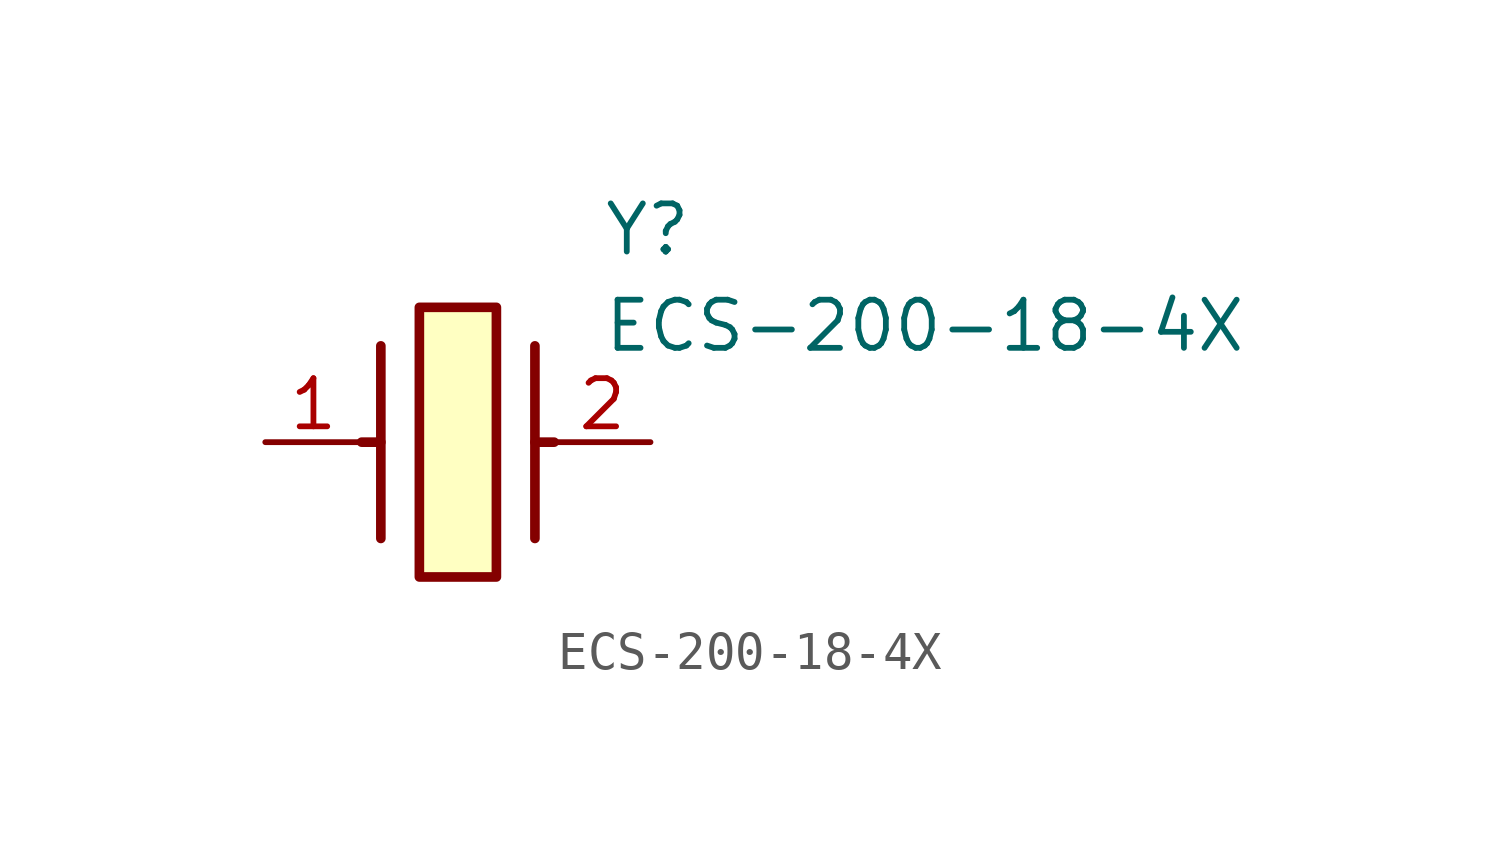
<source format=kicad_sym>
(kicad_symbol_lib
  (version 20211014)
  (generator SamacSys_ECAD_Model)
  (symbol "ECS-200-18-4X"
    (pin_names hide)
    (property "Reference" "Y"
      (at 8.89 6.35 0)
      (effects (font (size 1.27 1.27)) (justify left top)))
    (property "Value" "ECS-200-18-4X"
      (at 8.89 3.81 0)
      (effects (font (size 1.27 1.27)) (justify left top)))
    (rectangle
      (start 4.064 3.556)
      (end 6.096 -3.556)
      (stroke (width 0.254) (type default))
      (fill (type background)))
    (polyline
      (pts (xy 3.048 2.54) (xy 3.048 -2.54))
      (stroke (width 0.254) (type default))
      (fill (type none)))
    (polyline
      (pts (xy 7.112 2.54) (xy 7.112 -2.54))
      (stroke (width 0.254) (type default))
      (fill (type none)))
    (polyline
      (pts (xy 7.112 0) (xy 7.62 0))
      (stroke (width 0.254) (type default))
      (fill (type none)))
    (polyline
      (pts (xy 3.048 0) (xy 2.54 0))
      (stroke (width 0.254) (type default))
      (fill (type none)))
    (pin passive line
      (at 0 0 0)
      (length 2.54)
      (name "1" (effects (font (size 1.27 1.27))))
      (number "1" (effects (font (size 1.27 1.27)))))
    (pin passive line
      (at 10.16 0 180)
      (length 2.54)
      (name "2" (effects (font (size 1.27 1.27))))
      (number "2" (effects (font (size 1.27 1.27)))))))
</source>
